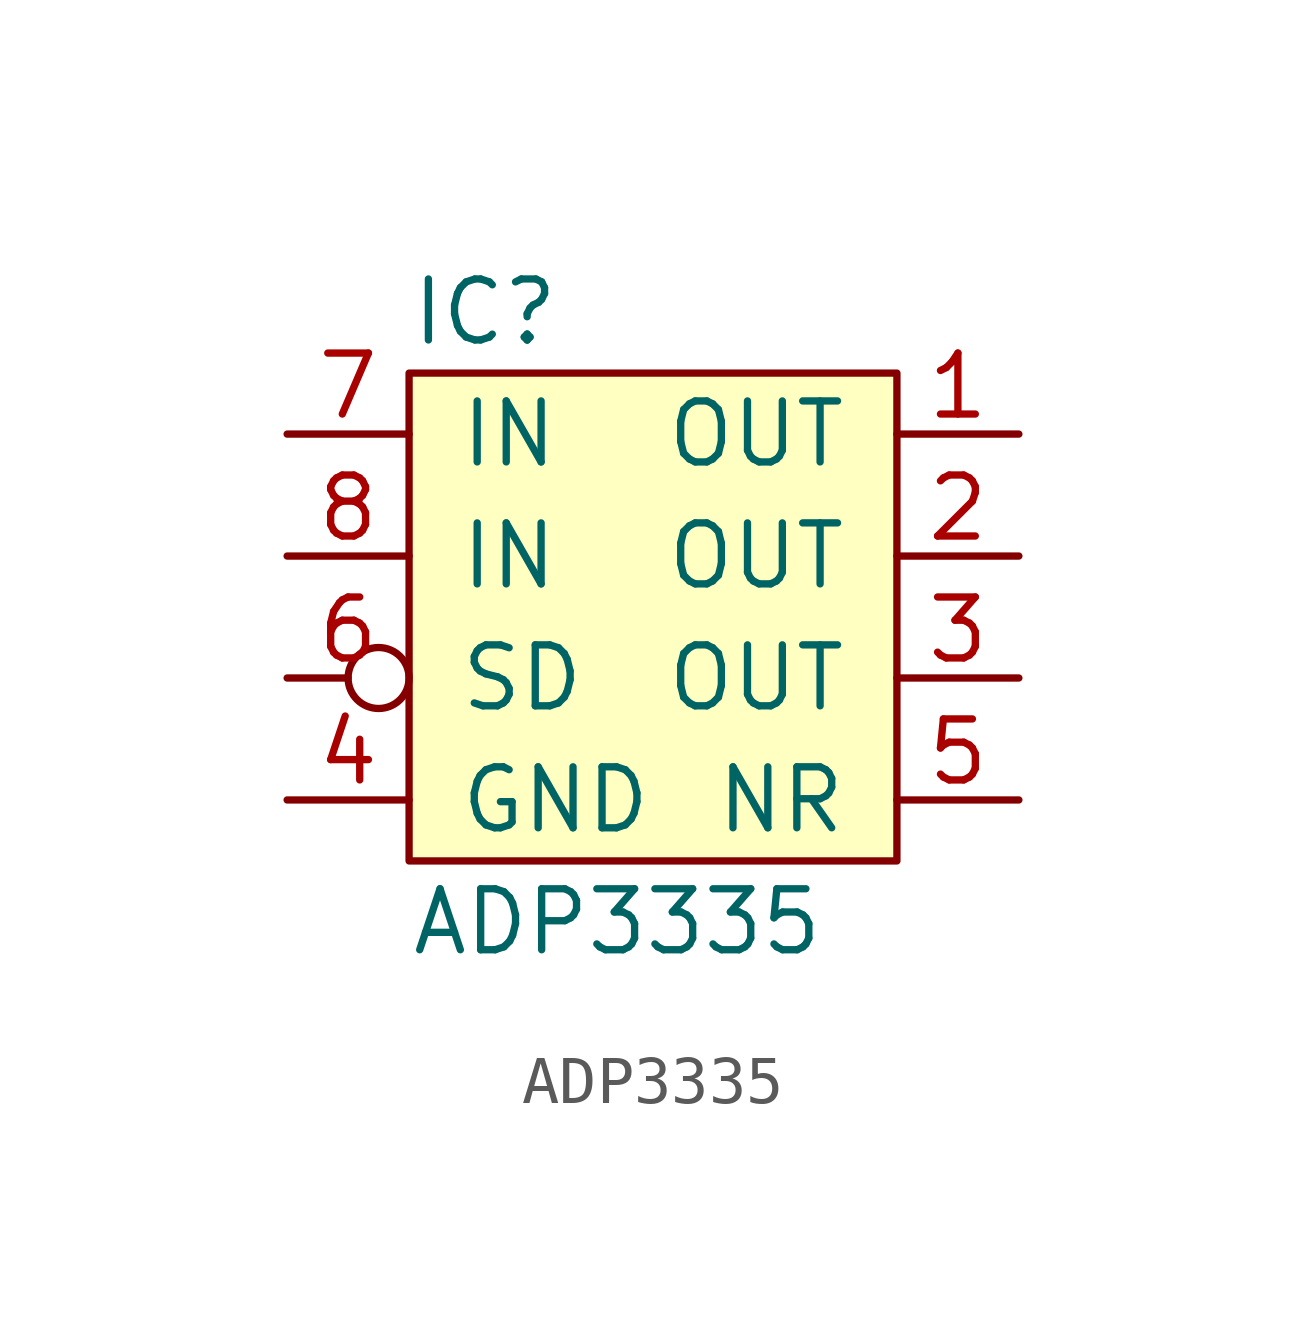
<source format=kicad_sym>
(kicad_symbol_lib
  (version 20211014)
  (generator kicad_symbol_editor)
  (symbol "ADP3335"
    (pin_names
      (offset 1.016))
    (property "Reference" "IC"
      (at -5.08 5.08 0)
      (effects (font (size 1.27 1.27)) (justify left)))
    (property "Value" "ADP3335"
      (at -5.08 -7.62 0)
      (effects (font (size 1.27 1.27)) (justify left)))
    (symbol "ADP3335_0_1"
      (rectangle (start -5.08 3.81) (end 5.08 -6.35) (stroke (width 0) (type default) (color 0 0 0 0)) (fill (type background))))
    (symbol "ADP3335_1_1"
      (pin power_out line (at 7.62 2.54 180) (length 2.54) (name "OUT" (effects (font (size 1.27 1.27)))) (number "1" (effects (font (size 1.27 1.27)))))
      (pin passive line (at 7.62 0 180) (length 2.54) (name "OUT" (effects (font (size 1.27 1.27)))) (number "2" (effects (font (size 1.27 1.27)))))
      (pin passive line (at 7.62 -2.54 180) (length 2.54) (name "OUT" (effects (font (size 1.27 1.27)))) (number "3" (effects (font (size 1.27 1.27)))))
      (pin power_in line (at -7.62 -5.08 0) (length 2.54) (name "GND" (effects (font (size 1.27 1.27)))) (number "4" (effects (font (size 1.27 1.27)))))
      (pin power_out line (at 7.62 -5.08 180) (length 2.54) (name "NR" (effects (font (size 1.27 1.27)))) (number "5" (effects (font (size 1.27 1.27)))))
      (pin input inverted (at -7.62 -2.54 0) (length 2.54) (name "SD" (effects (font (size 1.27 1.27)))) (number "6" (effects (font (size 1.27 1.27)))))
      (pin power_in line (at -7.62 2.54 0) (length 2.54) (name "IN" (effects (font (size 1.27 1.27)))) (number "7" (effects (font (size 1.27 1.27)))))
      (pin power_in line (at -7.62 0 0) (length 2.54) (name "IN" (effects (font (size 1.27 1.27)))) (number "8" (effects (font (size 1.27 1.27))))))))
</source>
